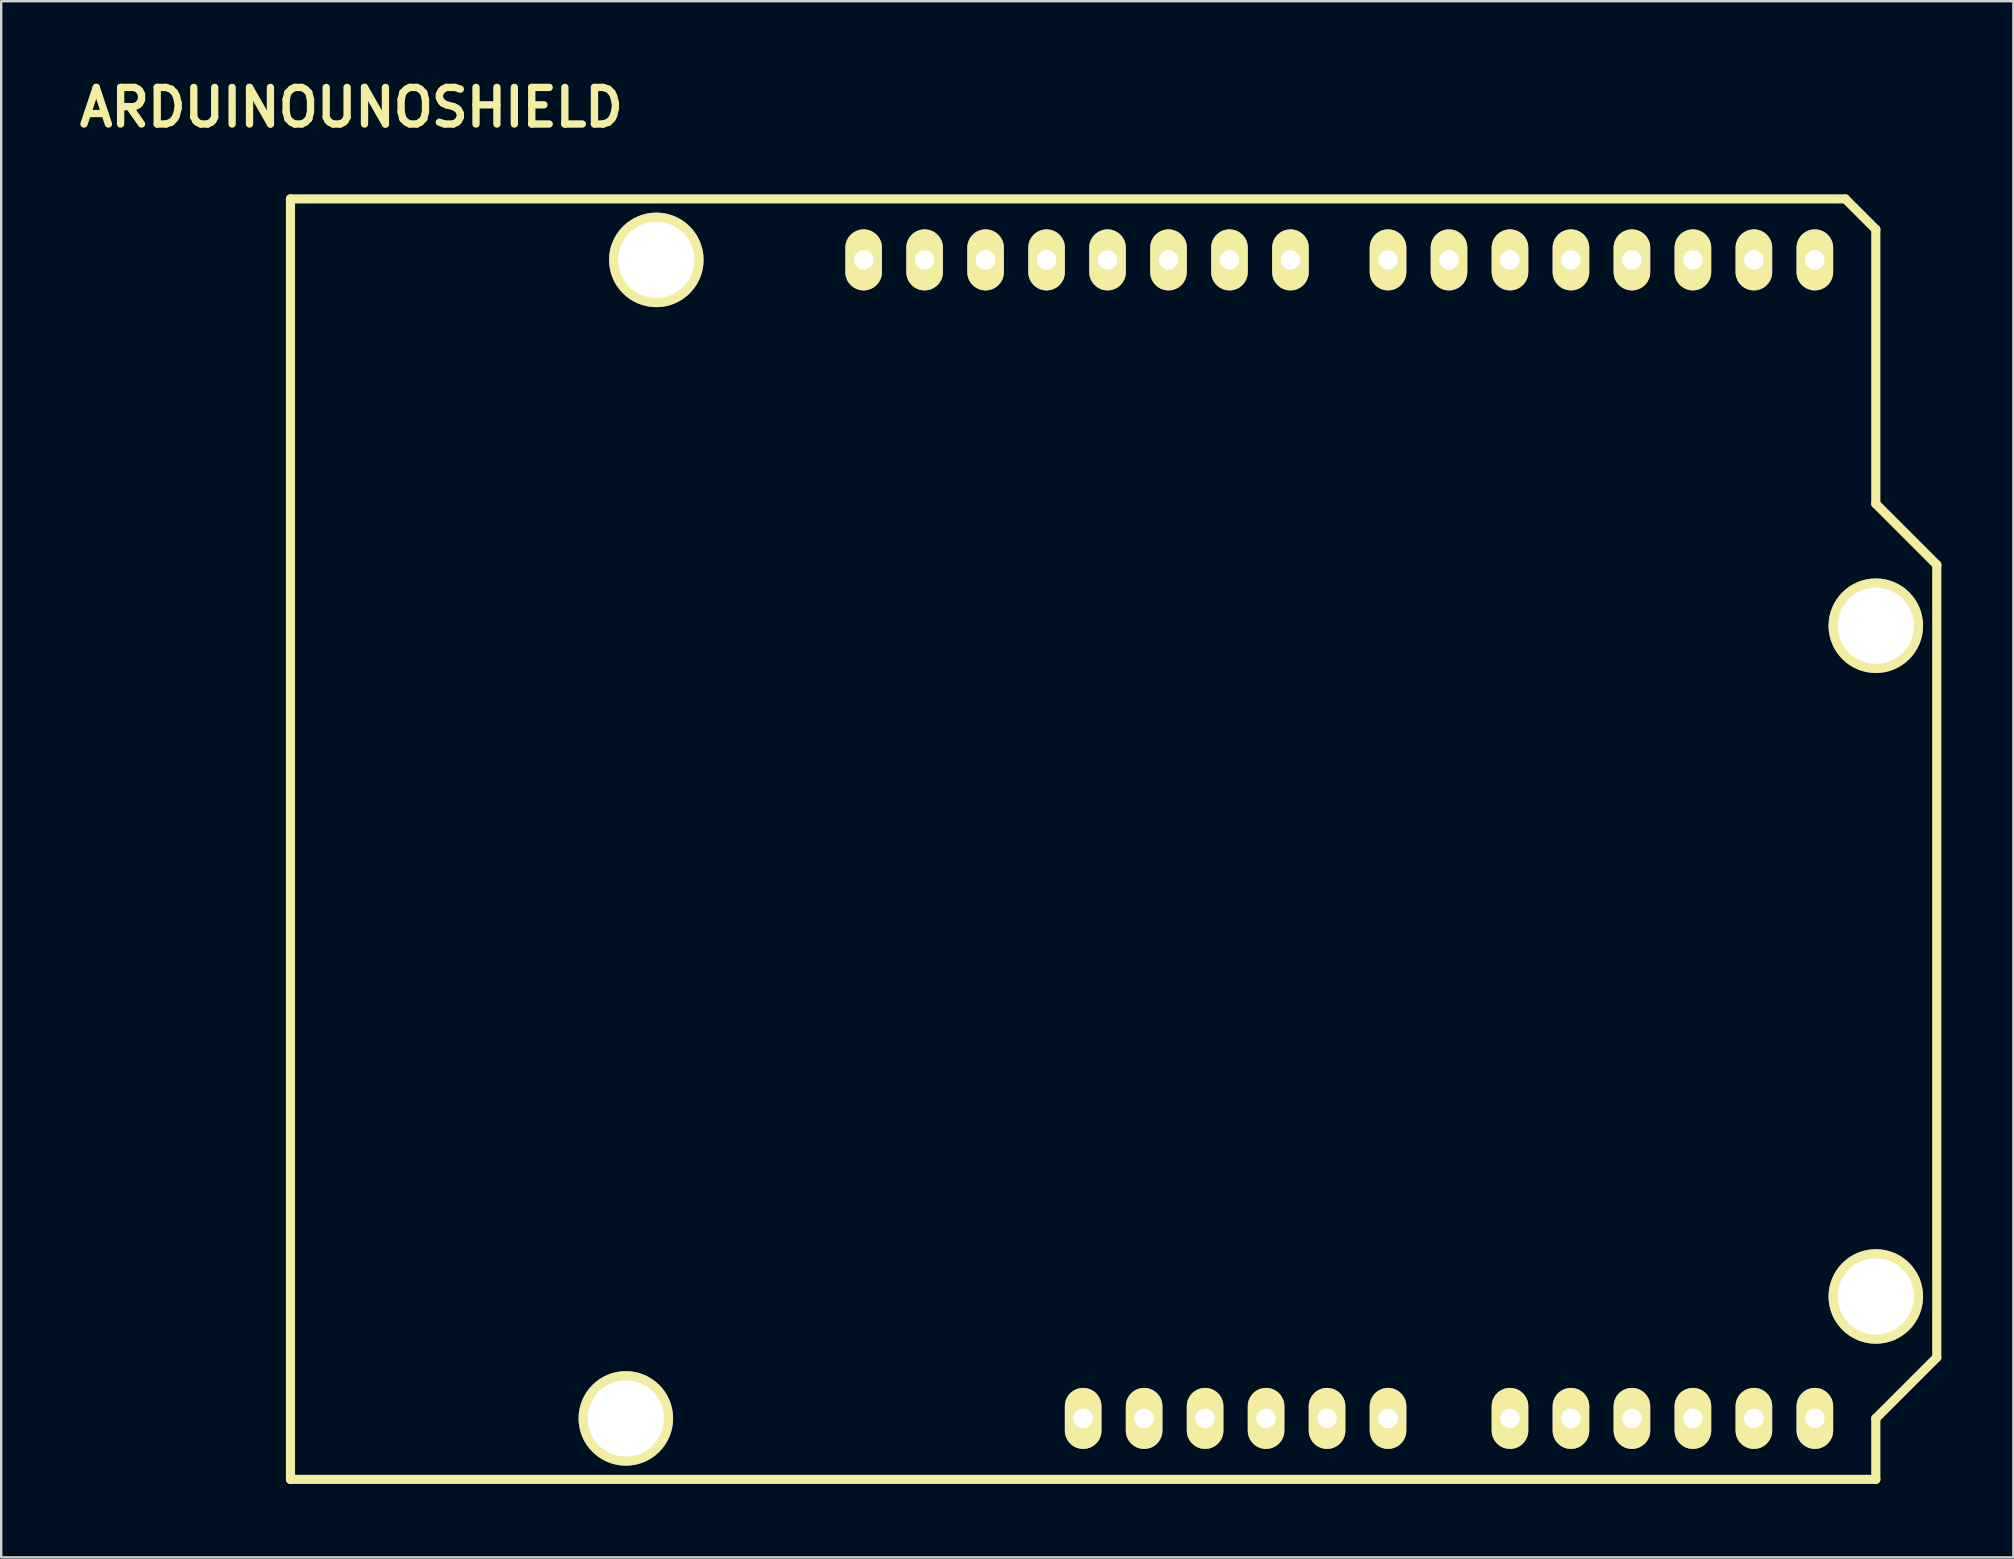
<source format=kicad_pcb>
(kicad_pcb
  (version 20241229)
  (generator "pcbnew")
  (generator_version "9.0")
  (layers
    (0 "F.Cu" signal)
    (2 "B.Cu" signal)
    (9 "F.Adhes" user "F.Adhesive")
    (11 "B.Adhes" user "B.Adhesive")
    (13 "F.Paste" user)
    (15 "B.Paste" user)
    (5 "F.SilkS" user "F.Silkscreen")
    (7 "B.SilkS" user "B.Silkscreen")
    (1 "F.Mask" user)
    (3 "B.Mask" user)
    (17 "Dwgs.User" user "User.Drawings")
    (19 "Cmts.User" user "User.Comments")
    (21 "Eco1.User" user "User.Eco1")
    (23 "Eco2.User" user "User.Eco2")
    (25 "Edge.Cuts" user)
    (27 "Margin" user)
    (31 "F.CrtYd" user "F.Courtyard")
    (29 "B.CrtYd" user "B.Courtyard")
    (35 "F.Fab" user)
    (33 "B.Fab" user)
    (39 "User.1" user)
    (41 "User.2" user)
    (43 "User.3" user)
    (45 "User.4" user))
  (footprint "ARDUINOUNOSHIELD"
    (layer "F.Cu")
    (at 9.05 58.576)
    (property "Reference" "ARDUINOUNOSHIELD" (at 2.54 -57.15 0) (layer "F.SilkS") (effects (font (size 1.524 1.524) (thickness 0.305))))
    (attr through_hole)
    (fp_line (start 0 0) (end 0 -53.34) (stroke (width 0.381) (type solid)) (layer "F.SilkS"))
    (fp_line (start 64.77 -53.34) (end 0 -53.34) (stroke (width 0.381) (type solid)) (layer "F.SilkS"))
    (fp_line (start 66.04 -52.07) (end 64.77 -53.34) (stroke (width 0.381) (type solid)) (layer "F.SilkS"))
    (fp_line (start 66.04 -40.64) (end 66.04 -52.07) (stroke (width 0.381) (type solid)) (layer "F.SilkS"))
    (fp_line (start 66.04 -40.64) (end 68.58 -38.1) (stroke (width 0.381) (type solid)) (layer "F.SilkS"))
    (fp_line (start 66.04 -2.54) (end 66.04 0) (stroke (width 0.381) (type solid)) (layer "F.SilkS"))
    (fp_line (start 66.04 0) (end 0 0) (stroke (width 0.381) (type solid)) (layer "F.SilkS"))
    (fp_line (start 68.58 -38.1) (end 68.58 -5.08) (stroke (width 0.381) (type solid)) (layer "F.SilkS"))
    (fp_line (start 68.58 -5.08) (end 66.04 -2.54) (stroke (width 0.381) (type solid)) (layer "F.SilkS"))
    (pad "" thru_hole circle (at 13.97 -2.54 90) (size 3.937 3.937) (drill 3.175) (layers "*.Cu" "*.Mask" "F.SilkS"))
    (pad "" thru_hole circle (at 15.24 -50.8 90) (size 3.937 3.937) (drill 3.175) (layers "*.Cu" "*.Mask" "F.SilkS"))
    (pad "" thru_hole circle (at 66.04 -35.56 90) (size 3.937 3.937) (drill 3.175) (layers "*.Cu" "*.Mask" "F.SilkS"))
    (pad "" thru_hole circle (at 66.04 -7.62 90) (size 3.937 3.937) (drill 3.175) (layers "*.Cu" "*.Mask" "F.SilkS"))
    (pad "0" thru_hole oval (at 63.5 -50.8 90) (size 2.54 1.524) (drill 0.813) (layers "*.Cu" "*.Mask" "F.SilkS"))
    (pad "1" thru_hole oval (at 60.96 -50.8 90) (size 2.54 1.524) (drill 0.813) (layers "*.Cu" "*.Mask" "F.SilkS"))
    (pad "2" thru_hole oval (at 58.42 -50.8 90) (size 2.54 1.524) (drill 0.813) (layers "*.Cu" "*.Mask" "F.SilkS"))
    (pad "3" thru_hole oval (at 55.88 -50.8 90) (size 2.54 1.524) (drill 0.813) (layers "*.Cu" "*.Mask" "F.SilkS"))
    (pad "3V3" thru_hole oval (at 35.56 -2.54 90) (size 2.54 1.524) (drill 0.813) (layers "*.Cu" "*.Mask" "F.SilkS"))
    (pad "4" thru_hole oval (at 53.34 -50.8 90) (size 2.54 1.524) (drill 0.813) (layers "*.Cu" "*.Mask" "F.SilkS"))
    (pad "5" thru_hole oval (at 50.8 -50.8 90) (size 2.54 1.524) (drill 0.813) (layers "*.Cu" "*.Mask" "F.SilkS"))
    (pad "5V" thru_hole oval (at 38.1 -2.54 90) (size 2.54 1.524) (drill 0.813) (layers "*.Cu" "*.Mask" "F.SilkS"))
    (pad "6" thru_hole oval (at 48.26 -50.8 90) (size 2.54 1.524) (drill 0.813) (layers "*.Cu" "*.Mask" "F.SilkS"))
    (pad "7" thru_hole oval (at 45.72 -50.8 90) (size 2.54 1.524) (drill 0.813) (layers "*.Cu" "*.Mask" "F.SilkS"))
    (pad "8" thru_hole oval (at 41.656 -50.8 90) (size 2.54 1.524) (drill 0.813) (layers "*.Cu" "*.Mask" "F.SilkS"))
    (pad "9" thru_hole oval (at 39.116 -50.8 90) (size 2.54 1.524) (drill 0.813) (layers "*.Cu" "*.Mask" "F.SilkS"))
    (pad "10" thru_hole oval (at 36.576 -50.8 90) (size 2.54 1.524) (drill 0.813) (layers "*.Cu" "*.Mask" "F.SilkS"))
    (pad "11" thru_hole oval (at 34.036 -50.8 90) (size 2.54 1.524) (drill 0.813) (layers "*.Cu" "*.Mask" "F.SilkS"))
    (pad "12" thru_hole oval (at 31.496 -50.8 90) (size 2.54 1.524) (drill 0.813) (layers "*.Cu" "*.Mask" "F.SilkS"))
    (pad "13" thru_hole oval (at 28.956 -50.8 90) (size 2.54 1.524) (drill 0.813) (layers "*.Cu" "*.Mask" "F.SilkS"))
    (pad "AD0" thru_hole oval (at 50.8 -2.54 90) (size 2.54 1.524) (drill 0.813) (layers "*.Cu" "*.Mask" "F.SilkS"))
    (pad "AD1" thru_hole oval (at 53.34 -2.54 90) (size 2.54 1.524) (drill 0.813) (layers "*.Cu" "*.Mask" "F.SilkS"))
    (pad "AD2" thru_hole oval (at 55.88 -2.54 90) (size 2.54 1.524) (drill 0.813) (layers "*.Cu" "*.Mask" "F.SilkS"))
    (pad "AD3" thru_hole oval (at 58.42 -2.54 90) (size 2.54 1.524) (drill 0.813) (layers "*.Cu" "*.Mask" "F.SilkS"))
    (pad "AD4" thru_hole oval (at 60.96 -2.54 90) (size 2.54 1.524) (drill 0.813) (layers "*.Cu" "*.Mask" "F.SilkS"))
    (pad "AD5" thru_hole oval (at 63.5 -2.54 90) (size 2.54 1.524) (drill 0.813) (layers "*.Cu" "*.Mask" "F.SilkS"))
    (pad "AREF" thru_hole oval (at 23.876 -50.8 90) (size 2.54 1.524) (drill 0.813) (layers "*.Cu" "*.Mask" "F.SilkS"))
    (pad "GND1" thru_hole oval (at 40.64 -2.54 90) (size 2.54 1.524) (drill 0.813) (layers "*.Cu" "*.Mask" "F.SilkS"))
    (pad "GND2" thru_hole oval (at 43.18 -2.54 90) (size 2.54 1.524) (drill 0.813) (layers "*.Cu" "*.Mask" "F.SilkS"))
    (pad "GND3" thru_hole oval (at 26.416 -50.8 90) (size 2.54 1.524) (drill 0.813) (layers "*.Cu" "*.Mask" "F.SilkS"))
    (pad "RST" thru_hole oval (at 33.02 -2.54 90) (size 2.54 1.524) (drill 0.813) (layers "*.Cu" "*.Mask" "F.SilkS"))
    (pad "V_IN" thru_hole oval (at 45.72 -2.54 90) (size 2.54 1.524) (drill 0.813) (layers "*.Cu" "*.Mask" "F.SilkS")))
  (gr_rect
    (start -3 -3)
    (end 80.82 61.826)
    (stroke (width 0.1) (type default))
    (fill no)
    (layer "Edge.Cuts")))
</source>
